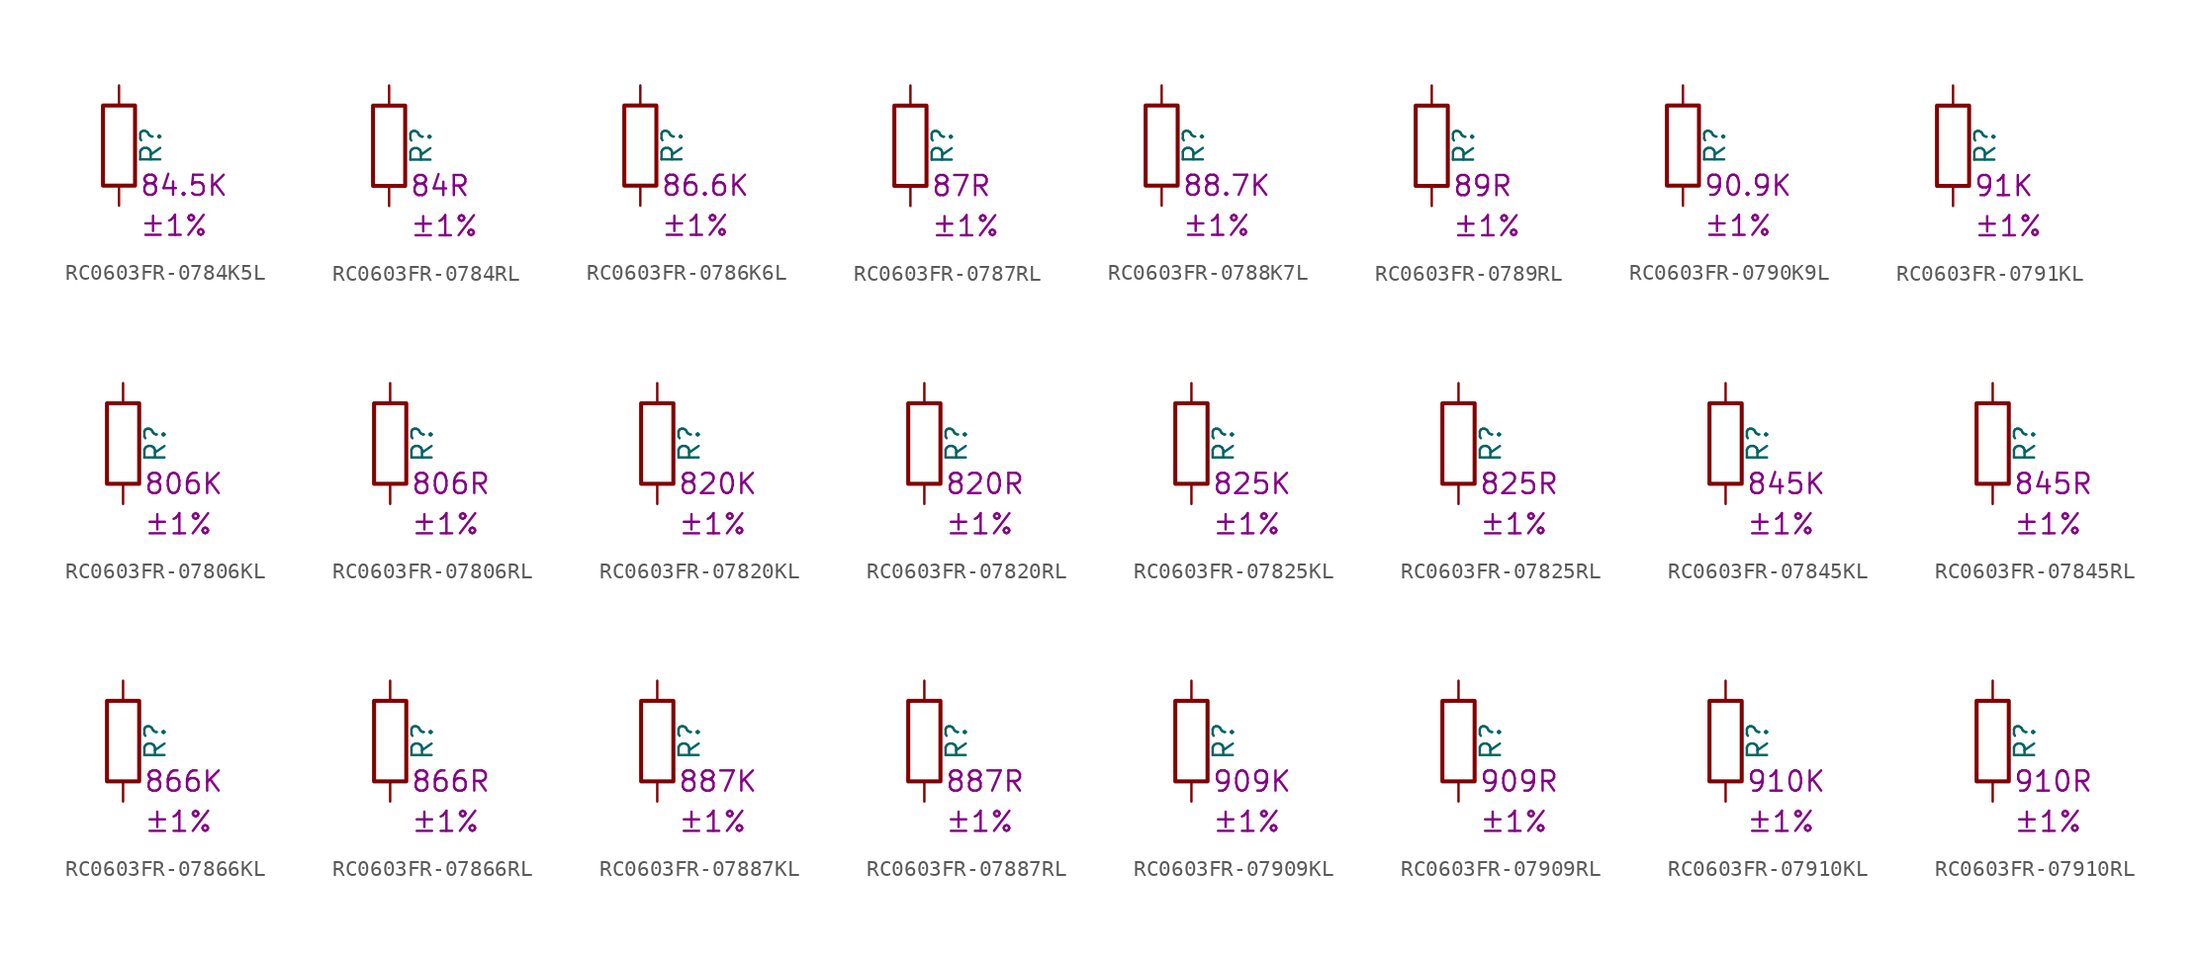
<source format=kicad_sym>
(kicad_symbol_lib
  (version 20220914)
  (generator kicad_symbol_editor)
  (symbol "RC0603FR-0784K5L"
    (pin_numbers hide)
    (pin_names
      (offset 0))
    (property "Reference" "R"
      (at 2.032 0 90)
      (effects (font (size 1.27 1.27))))
    (property "Resistance" "84.5K"
      (at 1.27 -2.54 0)
      (effects (font (size 1.27 1.27)) (justify left)))
    (property "Tolerance" "±1%"
      (at 1.27 -5.08 0)
      (effects (font (size 1.27 1.27)) (justify left)))
    (symbol "RC0603FR-0784K5L_0_1"
      (rectangle (start -1.016 -2.54) (end 1.016 2.54) (stroke (width 0.254) (type default)) (fill (type none))))
    (symbol "RC0603FR-0784K5L_1_1"
      (pin passive line (at 0 3.81 270) (length 1.27) (name "~" (effects (font (size 1.27 1.27)))) (number "1" (effects (font (size 1.27 1.27)))))
      (pin passive line (at 0 -3.81 90) (length 1.27) (name "~" (effects (font (size 1.27 1.27)))) (number "2" (effects (font (size 1.27 1.27)))))))
  (symbol "RC0603FR-0784RL"
    (pin_numbers hide)
    (pin_names
      (offset 0))
    (property "Reference" "R"
      (at 2.032 0 90)
      (effects (font (size 1.27 1.27))))
    (property "Resistance" "84R"
      (at 1.27 -2.54 0)
      (effects (font (size 1.27 1.27)) (justify left)))
    (property "Tolerance" "±1%"
      (at 1.27 -5.08 0)
      (effects (font (size 1.27 1.27)) (justify left)))
    (symbol "RC0603FR-0784RL_0_1"
      (rectangle (start -1.016 -2.54) (end 1.016 2.54) (stroke (width 0.254) (type default)) (fill (type none))))
    (symbol "RC0603FR-0784RL_1_1"
      (pin passive line (at 0 3.81 270) (length 1.27) (name "~" (effects (font (size 1.27 1.27)))) (number "1" (effects (font (size 1.27 1.27)))))
      (pin passive line (at 0 -3.81 90) (length 1.27) (name "~" (effects (font (size 1.27 1.27)))) (number "2" (effects (font (size 1.27 1.27)))))))
  (symbol "RC0603FR-0786K6L"
    (pin_numbers hide)
    (pin_names
      (offset 0))
    (property "Reference" "R"
      (at 2.032 0 90)
      (effects (font (size 1.27 1.27))))
    (property "Resistance" "86.6K"
      (at 1.27 -2.54 0)
      (effects (font (size 1.27 1.27)) (justify left)))
    (property "Tolerance" "±1%"
      (at 1.27 -5.08 0)
      (effects (font (size 1.27 1.27)) (justify left)))
    (symbol "RC0603FR-0786K6L_0_1"
      (rectangle (start -1.016 -2.54) (end 1.016 2.54) (stroke (width 0.254) (type default)) (fill (type none))))
    (symbol "RC0603FR-0786K6L_1_1"
      (pin passive line (at 0 3.81 270) (length 1.27) (name "~" (effects (font (size 1.27 1.27)))) (number "1" (effects (font (size 1.27 1.27)))))
      (pin passive line (at 0 -3.81 90) (length 1.27) (name "~" (effects (font (size 1.27 1.27)))) (number "2" (effects (font (size 1.27 1.27)))))))
  (symbol "RC0603FR-0787RL"
    (pin_numbers hide)
    (pin_names
      (offset 0))
    (property "Reference" "R"
      (at 2.032 0 90)
      (effects (font (size 1.27 1.27))))
    (property "Resistance" "87R"
      (at 1.27 -2.54 0)
      (effects (font (size 1.27 1.27)) (justify left)))
    (property "Tolerance" "±1%"
      (at 1.27 -5.08 0)
      (effects (font (size 1.27 1.27)) (justify left)))
    (symbol "RC0603FR-0787RL_0_1"
      (rectangle (start -1.016 -2.54) (end 1.016 2.54) (stroke (width 0.254) (type default)) (fill (type none))))
    (symbol "RC0603FR-0787RL_1_1"
      (pin passive line (at 0 3.81 270) (length 1.27) (name "~" (effects (font (size 1.27 1.27)))) (number "1" (effects (font (size 1.27 1.27)))))
      (pin passive line (at 0 -3.81 90) (length 1.27) (name "~" (effects (font (size 1.27 1.27)))) (number "2" (effects (font (size 1.27 1.27)))))))
  (symbol "RC0603FR-0788K7L"
    (pin_numbers hide)
    (pin_names
      (offset 0))
    (property "Reference" "R"
      (at 2.032 0 90)
      (effects (font (size 1.27 1.27))))
    (property "Resistance" "88.7K"
      (at 1.27 -2.54 0)
      (effects (font (size 1.27 1.27)) (justify left)))
    (property "Tolerance" "±1%"
      (at 1.27 -5.08 0)
      (effects (font (size 1.27 1.27)) (justify left)))
    (symbol "RC0603FR-0788K7L_0_1"
      (rectangle (start -1.016 -2.54) (end 1.016 2.54) (stroke (width 0.254) (type default)) (fill (type none))))
    (symbol "RC0603FR-0788K7L_1_1"
      (pin passive line (at 0 3.81 270) (length 1.27) (name "~" (effects (font (size 1.27 1.27)))) (number "1" (effects (font (size 1.27 1.27)))))
      (pin passive line (at 0 -3.81 90) (length 1.27) (name "~" (effects (font (size 1.27 1.27)))) (number "2" (effects (font (size 1.27 1.27)))))))
  (symbol "RC0603FR-0789RL"
    (pin_numbers hide)
    (pin_names
      (offset 0))
    (property "Reference" "R"
      (at 2.032 0 90)
      (effects (font (size 1.27 1.27))))
    (property "Resistance" "89R"
      (at 1.27 -2.54 0)
      (effects (font (size 1.27 1.27)) (justify left)))
    (property "Tolerance" "±1%"
      (at 1.27 -5.08 0)
      (effects (font (size 1.27 1.27)) (justify left)))
    (symbol "RC0603FR-0789RL_0_1"
      (rectangle (start -1.016 -2.54) (end 1.016 2.54) (stroke (width 0.254) (type default)) (fill (type none))))
    (symbol "RC0603FR-0789RL_1_1"
      (pin passive line (at 0 3.81 270) (length 1.27) (name "~" (effects (font (size 1.27 1.27)))) (number "1" (effects (font (size 1.27 1.27)))))
      (pin passive line (at 0 -3.81 90) (length 1.27) (name "~" (effects (font (size 1.27 1.27)))) (number "2" (effects (font (size 1.27 1.27)))))))
  (symbol "RC0603FR-0790K9L"
    (pin_numbers hide)
    (pin_names
      (offset 0))
    (property "Reference" "R"
      (at 2.032 0 90)
      (effects (font (size 1.27 1.27))))
    (property "Resistance" "90.9K"
      (at 1.27 -2.54 0)
      (effects (font (size 1.27 1.27)) (justify left)))
    (property "Tolerance" "±1%"
      (at 1.27 -5.08 0)
      (effects (font (size 1.27 1.27)) (justify left)))
    (symbol "RC0603FR-0790K9L_0_1"
      (rectangle (start -1.016 -2.54) (end 1.016 2.54) (stroke (width 0.254) (type default)) (fill (type none))))
    (symbol "RC0603FR-0790K9L_1_1"
      (pin passive line (at 0 3.81 270) (length 1.27) (name "~" (effects (font (size 1.27 1.27)))) (number "1" (effects (font (size 1.27 1.27)))))
      (pin passive line (at 0 -3.81 90) (length 1.27) (name "~" (effects (font (size 1.27 1.27)))) (number "2" (effects (font (size 1.27 1.27)))))))
  (symbol "RC0603FR-0791KL"
    (pin_numbers hide)
    (pin_names
      (offset 0))
    (property "Reference" "R"
      (at 2.032 0 90)
      (effects (font (size 1.27 1.27))))
    (property "Resistance" "91K"
      (at 1.27 -2.54 0)
      (effects (font (size 1.27 1.27)) (justify left)))
    (property "Tolerance" "±1%"
      (at 1.27 -5.08 0)
      (effects (font (size 1.27 1.27)) (justify left)))
    (symbol "RC0603FR-0791KL_0_1"
      (rectangle (start -1.016 -2.54) (end 1.016 2.54) (stroke (width 0.254) (type default)) (fill (type none))))
    (symbol "RC0603FR-0791KL_1_1"
      (pin passive line (at 0 3.81 270) (length 1.27) (name "~" (effects (font (size 1.27 1.27)))) (number "1" (effects (font (size 1.27 1.27)))))
      (pin passive line (at 0 -3.81 90) (length 1.27) (name "~" (effects (font (size 1.27 1.27)))) (number "2" (effects (font (size 1.27 1.27)))))))
  (symbol "RC0603FR-07806KL"
    (pin_numbers hide)
    (pin_names
      (offset 0))
    (property "Reference" "R"
      (at 2.032 0 90)
      (effects (font (size 1.27 1.27))))
    (property "Resistance" "806K"
      (at 1.27 -2.54 0)
      (effects (font (size 1.27 1.27)) (justify left)))
    (property "Tolerance" "±1%"
      (at 1.27 -5.08 0)
      (effects (font (size 1.27 1.27)) (justify left)))
    (symbol "RC0603FR-07806KL_0_1"
      (rectangle (start -1.016 -2.54) (end 1.016 2.54) (stroke (width 0.254) (type default)) (fill (type none))))
    (symbol "RC0603FR-07806KL_1_1"
      (pin passive line (at 0 3.81 270) (length 1.27) (name "~" (effects (font (size 1.27 1.27)))) (number "1" (effects (font (size 1.27 1.27)))))
      (pin passive line (at 0 -3.81 90) (length 1.27) (name "~" (effects (font (size 1.27 1.27)))) (number "2" (effects (font (size 1.27 1.27)))))))
  (symbol "RC0603FR-07806RL"
    (pin_numbers hide)
    (pin_names
      (offset 0))
    (property "Reference" "R"
      (at 2.032 0 90)
      (effects (font (size 1.27 1.27))))
    (property "Resistance" "806R"
      (at 1.27 -2.54 0)
      (effects (font (size 1.27 1.27)) (justify left)))
    (property "Tolerance" "±1%"
      (at 1.27 -5.08 0)
      (effects (font (size 1.27 1.27)) (justify left)))
    (symbol "RC0603FR-07806RL_0_1"
      (rectangle (start -1.016 -2.54) (end 1.016 2.54) (stroke (width 0.254) (type default)) (fill (type none))))
    (symbol "RC0603FR-07806RL_1_1"
      (pin passive line (at 0 3.81 270) (length 1.27) (name "~" (effects (font (size 1.27 1.27)))) (number "1" (effects (font (size 1.27 1.27)))))
      (pin passive line (at 0 -3.81 90) (length 1.27) (name "~" (effects (font (size 1.27 1.27)))) (number "2" (effects (font (size 1.27 1.27)))))))
  (symbol "RC0603FR-07820KL"
    (pin_numbers hide)
    (pin_names
      (offset 0))
    (property "Reference" "R"
      (at 2.032 0 90)
      (effects (font (size 1.27 1.27))))
    (property "Resistance" "820K"
      (at 1.27 -2.54 0)
      (effects (font (size 1.27 1.27)) (justify left)))
    (property "Tolerance" "±1%"
      (at 1.27 -5.08 0)
      (effects (font (size 1.27 1.27)) (justify left)))
    (symbol "RC0603FR-07820KL_0_1"
      (rectangle (start -1.016 -2.54) (end 1.016 2.54) (stroke (width 0.254) (type default)) (fill (type none))))
    (symbol "RC0603FR-07820KL_1_1"
      (pin passive line (at 0 3.81 270) (length 1.27) (name "~" (effects (font (size 1.27 1.27)))) (number "1" (effects (font (size 1.27 1.27)))))
      (pin passive line (at 0 -3.81 90) (length 1.27) (name "~" (effects (font (size 1.27 1.27)))) (number "2" (effects (font (size 1.27 1.27)))))))
  (symbol "RC0603FR-07820RL"
    (pin_numbers hide)
    (pin_names
      (offset 0))
    (property "Reference" "R"
      (at 2.032 0 90)
      (effects (font (size 1.27 1.27))))
    (property "Resistance" "820R"
      (at 1.27 -2.54 0)
      (effects (font (size 1.27 1.27)) (justify left)))
    (property "Tolerance" "±1%"
      (at 1.27 -5.08 0)
      (effects (font (size 1.27 1.27)) (justify left)))
    (symbol "RC0603FR-07820RL_0_1"
      (rectangle (start -1.016 -2.54) (end 1.016 2.54) (stroke (width 0.254) (type default)) (fill (type none))))
    (symbol "RC0603FR-07820RL_1_1"
      (pin passive line (at 0 3.81 270) (length 1.27) (name "~" (effects (font (size 1.27 1.27)))) (number "1" (effects (font (size 1.27 1.27)))))
      (pin passive line (at 0 -3.81 90) (length 1.27) (name "~" (effects (font (size 1.27 1.27)))) (number "2" (effects (font (size 1.27 1.27)))))))
  (symbol "RC0603FR-07825KL"
    (pin_numbers hide)
    (pin_names
      (offset 0))
    (property "Reference" "R"
      (at 2.032 0 90)
      (effects (font (size 1.27 1.27))))
    (property "Resistance" "825K"
      (at 1.27 -2.54 0)
      (effects (font (size 1.27 1.27)) (justify left)))
    (property "Tolerance" "±1%"
      (at 1.27 -5.08 0)
      (effects (font (size 1.27 1.27)) (justify left)))
    (symbol "RC0603FR-07825KL_0_1"
      (rectangle (start -1.016 -2.54) (end 1.016 2.54) (stroke (width 0.254) (type default)) (fill (type none))))
    (symbol "RC0603FR-07825KL_1_1"
      (pin passive line (at 0 3.81 270) (length 1.27) (name "~" (effects (font (size 1.27 1.27)))) (number "1" (effects (font (size 1.27 1.27)))))
      (pin passive line (at 0 -3.81 90) (length 1.27) (name "~" (effects (font (size 1.27 1.27)))) (number "2" (effects (font (size 1.27 1.27)))))))
  (symbol "RC0603FR-07825RL"
    (pin_numbers hide)
    (pin_names
      (offset 0))
    (property "Reference" "R"
      (at 2.032 0 90)
      (effects (font (size 1.27 1.27))))
    (property "Resistance" "825R"
      (at 1.27 -2.54 0)
      (effects (font (size 1.27 1.27)) (justify left)))
    (property "Tolerance" "±1%"
      (at 1.27 -5.08 0)
      (effects (font (size 1.27 1.27)) (justify left)))
    (symbol "RC0603FR-07825RL_0_1"
      (rectangle (start -1.016 -2.54) (end 1.016 2.54) (stroke (width 0.254) (type default)) (fill (type none))))
    (symbol "RC0603FR-07825RL_1_1"
      (pin passive line (at 0 3.81 270) (length 1.27) (name "~" (effects (font (size 1.27 1.27)))) (number "1" (effects (font (size 1.27 1.27)))))
      (pin passive line (at 0 -3.81 90) (length 1.27) (name "~" (effects (font (size 1.27 1.27)))) (number "2" (effects (font (size 1.27 1.27)))))))
  (symbol "RC0603FR-07845KL"
    (pin_numbers hide)
    (pin_names
      (offset 0))
    (property "Reference" "R"
      (at 2.032 0 90)
      (effects (font (size 1.27 1.27))))
    (property "Resistance" "845K"
      (at 1.27 -2.54 0)
      (effects (font (size 1.27 1.27)) (justify left)))
    (property "Tolerance" "±1%"
      (at 1.27 -5.08 0)
      (effects (font (size 1.27 1.27)) (justify left)))
    (symbol "RC0603FR-07845KL_0_1"
      (rectangle (start -1.016 -2.54) (end 1.016 2.54) (stroke (width 0.254) (type default)) (fill (type none))))
    (symbol "RC0603FR-07845KL_1_1"
      (pin passive line (at 0 3.81 270) (length 1.27) (name "~" (effects (font (size 1.27 1.27)))) (number "1" (effects (font (size 1.27 1.27)))))
      (pin passive line (at 0 -3.81 90) (length 1.27) (name "~" (effects (font (size 1.27 1.27)))) (number "2" (effects (font (size 1.27 1.27)))))))
  (symbol "RC0603FR-07845RL"
    (pin_numbers hide)
    (pin_names
      (offset 0))
    (property "Reference" "R"
      (at 2.032 0 90)
      (effects (font (size 1.27 1.27))))
    (property "Resistance" "845R"
      (at 1.27 -2.54 0)
      (effects (font (size 1.27 1.27)) (justify left)))
    (property "Tolerance" "±1%"
      (at 1.27 -5.08 0)
      (effects (font (size 1.27 1.27)) (justify left)))
    (symbol "RC0603FR-07845RL_0_1"
      (rectangle (start -1.016 -2.54) (end 1.016 2.54) (stroke (width 0.254) (type default)) (fill (type none))))
    (symbol "RC0603FR-07845RL_1_1"
      (pin passive line (at 0 3.81 270) (length 1.27) (name "~" (effects (font (size 1.27 1.27)))) (number "1" (effects (font (size 1.27 1.27)))))
      (pin passive line (at 0 -3.81 90) (length 1.27) (name "~" (effects (font (size 1.27 1.27)))) (number "2" (effects (font (size 1.27 1.27)))))))
  (symbol "RC0603FR-07866KL"
    (pin_numbers hide)
    (pin_names
      (offset 0))
    (property "Reference" "R"
      (at 2.032 0 90)
      (effects (font (size 1.27 1.27))))
    (property "Resistance" "866K"
      (at 1.27 -2.54 0)
      (effects (font (size 1.27 1.27)) (justify left)))
    (property "Tolerance" "±1%"
      (at 1.27 -5.08 0)
      (effects (font (size 1.27 1.27)) (justify left)))
    (symbol "RC0603FR-07866KL_0_1"
      (rectangle (start -1.016 -2.54) (end 1.016 2.54) (stroke (width 0.254) (type default)) (fill (type none))))
    (symbol "RC0603FR-07866KL_1_1"
      (pin passive line (at 0 3.81 270) (length 1.27) (name "~" (effects (font (size 1.27 1.27)))) (number "1" (effects (font (size 1.27 1.27)))))
      (pin passive line (at 0 -3.81 90) (length 1.27) (name "~" (effects (font (size 1.27 1.27)))) (number "2" (effects (font (size 1.27 1.27)))))))
  (symbol "RC0603FR-07866RL"
    (pin_numbers hide)
    (pin_names
      (offset 0))
    (property "Reference" "R"
      (at 2.032 0 90)
      (effects (font (size 1.27 1.27))))
    (property "Resistance" "866R"
      (at 1.27 -2.54 0)
      (effects (font (size 1.27 1.27)) (justify left)))
    (property "Tolerance" "±1%"
      (at 1.27 -5.08 0)
      (effects (font (size 1.27 1.27)) (justify left)))
    (symbol "RC0603FR-07866RL_0_1"
      (rectangle (start -1.016 -2.54) (end 1.016 2.54) (stroke (width 0.254) (type default)) (fill (type none))))
    (symbol "RC0603FR-07866RL_1_1"
      (pin passive line (at 0 3.81 270) (length 1.27) (name "~" (effects (font (size 1.27 1.27)))) (number "1" (effects (font (size 1.27 1.27)))))
      (pin passive line (at 0 -3.81 90) (length 1.27) (name "~" (effects (font (size 1.27 1.27)))) (number "2" (effects (font (size 1.27 1.27)))))))
  (symbol "RC0603FR-07887KL"
    (pin_numbers hide)
    (pin_names
      (offset 0))
    (property "Reference" "R"
      (at 2.032 0 90)
      (effects (font (size 1.27 1.27))))
    (property "Resistance" "887K"
      (at 1.27 -2.54 0)
      (effects (font (size 1.27 1.27)) (justify left)))
    (property "Tolerance" "±1%"
      (at 1.27 -5.08 0)
      (effects (font (size 1.27 1.27)) (justify left)))
    (symbol "RC0603FR-07887KL_0_1"
      (rectangle (start -1.016 -2.54) (end 1.016 2.54) (stroke (width 0.254) (type default)) (fill (type none))))
    (symbol "RC0603FR-07887KL_1_1"
      (pin passive line (at 0 3.81 270) (length 1.27) (name "~" (effects (font (size 1.27 1.27)))) (number "1" (effects (font (size 1.27 1.27)))))
      (pin passive line (at 0 -3.81 90) (length 1.27) (name "~" (effects (font (size 1.27 1.27)))) (number "2" (effects (font (size 1.27 1.27)))))))
  (symbol "RC0603FR-07887RL"
    (pin_numbers hide)
    (pin_names
      (offset 0))
    (property "Reference" "R"
      (at 2.032 0 90)
      (effects (font (size 1.27 1.27))))
    (property "Resistance" "887R"
      (at 1.27 -2.54 0)
      (effects (font (size 1.27 1.27)) (justify left)))
    (property "Tolerance" "±1%"
      (at 1.27 -5.08 0)
      (effects (font (size 1.27 1.27)) (justify left)))
    (symbol "RC0603FR-07887RL_0_1"
      (rectangle (start -1.016 -2.54) (end 1.016 2.54) (stroke (width 0.254) (type default)) (fill (type none))))
    (symbol "RC0603FR-07887RL_1_1"
      (pin passive line (at 0 3.81 270) (length 1.27) (name "~" (effects (font (size 1.27 1.27)))) (number "1" (effects (font (size 1.27 1.27)))))
      (pin passive line (at 0 -3.81 90) (length 1.27) (name "~" (effects (font (size 1.27 1.27)))) (number "2" (effects (font (size 1.27 1.27)))))))
  (symbol "RC0603FR-07909KL"
    (pin_numbers hide)
    (pin_names
      (offset 0))
    (property "Reference" "R"
      (at 2.032 0 90)
      (effects (font (size 1.27 1.27))))
    (property "Resistance" "909K"
      (at 1.27 -2.54 0)
      (effects (font (size 1.27 1.27)) (justify left)))
    (property "Tolerance" "±1%"
      (at 1.27 -5.08 0)
      (effects (font (size 1.27 1.27)) (justify left)))
    (symbol "RC0603FR-07909KL_0_1"
      (rectangle (start -1.016 -2.54) (end 1.016 2.54) (stroke (width 0.254) (type default)) (fill (type none))))
    (symbol "RC0603FR-07909KL_1_1"
      (pin passive line (at 0 3.81 270) (length 1.27) (name "~" (effects (font (size 1.27 1.27)))) (number "1" (effects (font (size 1.27 1.27)))))
      (pin passive line (at 0 -3.81 90) (length 1.27) (name "~" (effects (font (size 1.27 1.27)))) (number "2" (effects (font (size 1.27 1.27)))))))
  (symbol "RC0603FR-07909RL"
    (pin_numbers hide)
    (pin_names
      (offset 0))
    (property "Reference" "R"
      (at 2.032 0 90)
      (effects (font (size 1.27 1.27))))
    (property "Resistance" "909R"
      (at 1.27 -2.54 0)
      (effects (font (size 1.27 1.27)) (justify left)))
    (property "Tolerance" "±1%"
      (at 1.27 -5.08 0)
      (effects (font (size 1.27 1.27)) (justify left)))
    (symbol "RC0603FR-07909RL_0_1"
      (rectangle (start -1.016 -2.54) (end 1.016 2.54) (stroke (width 0.254) (type default)) (fill (type none))))
    (symbol "RC0603FR-07909RL_1_1"
      (pin passive line (at 0 3.81 270) (length 1.27) (name "~" (effects (font (size 1.27 1.27)))) (number "1" (effects (font (size 1.27 1.27)))))
      (pin passive line (at 0 -3.81 90) (length 1.27) (name "~" (effects (font (size 1.27 1.27)))) (number "2" (effects (font (size 1.27 1.27)))))))
  (symbol "RC0603FR-07910KL"
    (pin_numbers hide)
    (pin_names
      (offset 0))
    (property "Reference" "R"
      (at 2.032 0 90)
      (effects (font (size 1.27 1.27))))
    (property "Resistance" "910K"
      (at 1.27 -2.54 0)
      (effects (font (size 1.27 1.27)) (justify left)))
    (property "Tolerance" "±1%"
      (at 1.27 -5.08 0)
      (effects (font (size 1.27 1.27)) (justify left)))
    (symbol "RC0603FR-07910KL_0_1"
      (rectangle (start -1.016 -2.54) (end 1.016 2.54) (stroke (width 0.254) (type default)) (fill (type none))))
    (symbol "RC0603FR-07910KL_1_1"
      (pin passive line (at 0 3.81 270) (length 1.27) (name "~" (effects (font (size 1.27 1.27)))) (number "1" (effects (font (size 1.27 1.27)))))
      (pin passive line (at 0 -3.81 90) (length 1.27) (name "~" (effects (font (size 1.27 1.27)))) (number "2" (effects (font (size 1.27 1.27)))))))
  (symbol "RC0603FR-07910RL"
    (pin_numbers hide)
    (pin_names
      (offset 0))
    (property "Reference" "R"
      (at 2.032 0 90)
      (effects (font (size 1.27 1.27))))
    (property "Resistance" "910R"
      (at 1.27 -2.54 0)
      (effects (font (size 1.27 1.27)) (justify left)))
    (property "Tolerance" "±1%"
      (at 1.27 -5.08 0)
      (effects (font (size 1.27 1.27)) (justify left)))
    (symbol "RC0603FR-07910RL_0_1"
      (rectangle (start -1.016 -2.54) (end 1.016 2.54) (stroke (width 0.254) (type default)) (fill (type none))))
    (symbol "RC0603FR-07910RL_1_1"
      (pin passive line (at 0 3.81 270) (length 1.27) (name "~" (effects (font (size 1.27 1.27)))) (number "1" (effects (font (size 1.27 1.27)))))
      (pin passive line (at 0 -3.81 90) (length 1.27) (name "~" (effects (font (size 1.27 1.27)))) (number "2" (effects (font (size 1.27 1.27))))))))
</source>
